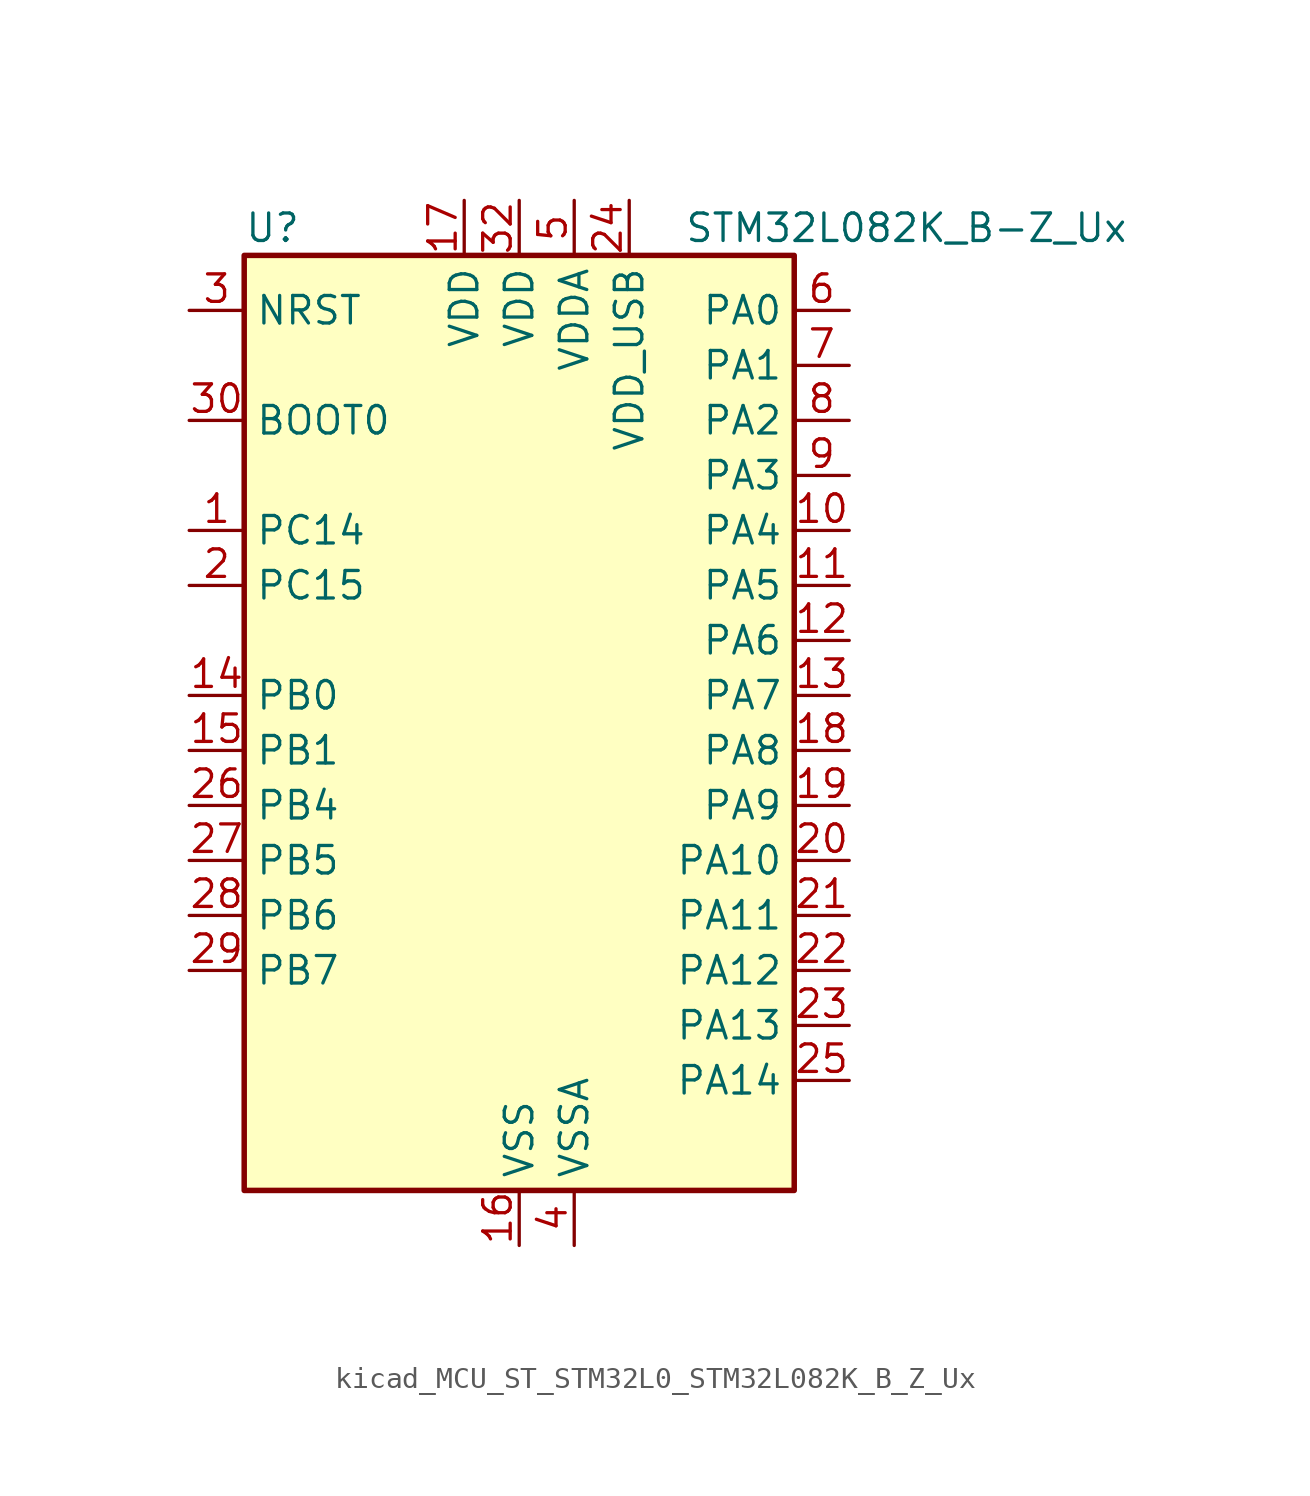
<source format=kicad_sym>
(kicad_symbol_lib
  (version 20220914)
  (generator kicad_symbol_editor)
  (symbol "kicad_MCU_ST_STM32L0_STM32L082K_B_Z_Ux"
    (property "Reference" "U"
      (at -12.7 24.13 0)
      (effects (font (size 1.27 1.27)) (justify left)))
    (property "Value" "STM32L082K_B-Z_Ux"
      (at 7.62 24.13 0)
      (effects (font (size 1.27 1.27)) (justify left)))
    (property "ki_locked" ""
      (at 0 0 0)
      (effects (font (size 1.27 1.27))))
    (symbol "kicad_MCU_ST_STM32L0_STM32L082K_B_Z_Ux_0_1"
      (rectangle (start -12.7 -20.32) (end 12.7 22.86) (stroke (width 0.254) (type default)) (fill (type background))))
    (symbol "kicad_MCU_ST_STM32L0_STM32L082K_B_Z_Ux_1_1"
      (pin bidirectional line (at -15.24 10.16 0) (length 2.54) (name "PC14" (effects (font (size 1.27 1.27)))) (number "1" (effects (font (size 1.27 1.27)))) (alternate "RCC_OSC32_IN" bidirectional line))
      (pin bidirectional line (at 15.24 10.16 180) (length 2.54) (name "PA4" (effects (font (size 1.27 1.27)))) (number "10" (effects (font (size 1.27 1.27)))) (alternate "ADC_IN4" bidirectional line) (alternate "COMP1_INM" bidirectional line) (alternate "COMP2_INM" bidirectional line) (alternate "DAC_OUT1" bidirectional line) (alternate "SPI1_NSS" bidirectional line) (alternate "TIM22_ETR" bidirectional line) (alternate "TSC_G2_IO1" bidirectional line) (alternate "USART2_CK" bidirectional line))
      (pin bidirectional line (at 15.24 7.62 180) (length 2.54) (name "PA5" (effects (font (size 1.27 1.27)))) (number "11" (effects (font (size 1.27 1.27)))) (alternate "ADC_IN5" bidirectional line) (alternate "COMP1_INM" bidirectional line) (alternate "COMP2_INM" bidirectional line) (alternate "DAC_OUT2" bidirectional line) (alternate "SPI1_SCK" bidirectional line) (alternate "TIM2_CH1" bidirectional line) (alternate "TIM2_ETR" bidirectional line) (alternate "TSC_G2_IO2" bidirectional line))
      (pin bidirectional line (at 15.24 5.08 180) (length 2.54) (name "PA6" (effects (font (size 1.27 1.27)))) (number "12" (effects (font (size 1.27 1.27)))) (alternate "ADC_IN6" bidirectional line) (alternate "COMP1_OUT" bidirectional line) (alternate "LPUART1_CTS" bidirectional line) (alternate "SPI1_MISO" bidirectional line) (alternate "TIM22_CH1" bidirectional line) (alternate "TIM3_CH1" bidirectional line) (alternate "TSC_G2_IO3" bidirectional line))
      (pin bidirectional line (at 15.24 2.54 180) (length 2.54) (name "PA7" (effects (font (size 1.27 1.27)))) (number "13" (effects (font (size 1.27 1.27)))) (alternate "ADC_IN7" bidirectional line) (alternate "COMP2_OUT" bidirectional line) (alternate "SPI1_MOSI" bidirectional line) (alternate "TIM22_CH2" bidirectional line) (alternate "TIM3_CH2" bidirectional line) (alternate "TSC_G2_IO4" bidirectional line))
      (pin bidirectional line (at -15.24 2.54 0) (length 2.54) (name "PB0" (effects (font (size 1.27 1.27)))) (number "14" (effects (font (size 1.27 1.27)))) (alternate "ADC_IN8" bidirectional line) (alternate "SYS_VREF_OUT_PB0" bidirectional line) (alternate "TIM3_CH3" bidirectional line) (alternate "TSC_G3_IO2" bidirectional line))
      (pin bidirectional line (at -15.24 0 0) (length 2.54) (name "PB1" (effects (font (size 1.27 1.27)))) (number "15" (effects (font (size 1.27 1.27)))) (alternate "ADC_IN9" bidirectional line) (alternate "LPUART1_DE" bidirectional line) (alternate "LPUART1_RTS" bidirectional line) (alternate "SYS_VREF_OUT_PB1" bidirectional line) (alternate "TIM3_CH4" bidirectional line) (alternate "TSC_G3_IO3" bidirectional line))
      (pin power_in line (at 0 -22.86 90) (length 2.54) (name "VSS" (effects (font (size 1.27 1.27)))) (number "16" (effects (font (size 1.27 1.27)))))
      (pin power_in line (at -2.54 25.4 270) (length 2.54) (name "VDD" (effects (font (size 1.27 1.27)))) (number "17" (effects (font (size 1.27 1.27)))))
      (pin bidirectional line (at 15.24 0 180) (length 2.54) (name "PA8" (effects (font (size 1.27 1.27)))) (number "18" (effects (font (size 1.27 1.27)))) (alternate "CRS_SYNC" bidirectional line) (alternate "I2C3_SCL" bidirectional line) (alternate "RCC_MCO" bidirectional line) (alternate "USART1_CK" bidirectional line))
      (pin bidirectional line (at 15.24 -2.54 180) (length 2.54) (name "PA9" (effects (font (size 1.27 1.27)))) (number "19" (effects (font (size 1.27 1.27)))) (alternate "DAC_EXTI9" bidirectional line) (alternate "I2C1_SCL" bidirectional line) (alternate "I2C3_SMBA" bidirectional line) (alternate "RCC_MCO" bidirectional line) (alternate "TSC_G4_IO1" bidirectional line) (alternate "USART1_TX" bidirectional line))
      (pin bidirectional line (at -15.24 7.62 0) (length 2.54) (name "PC15" (effects (font (size 1.27 1.27)))) (number "2" (effects (font (size 1.27 1.27)))) (alternate "RCC_OSC32_OUT" bidirectional line))
      (pin bidirectional line (at 15.24 -5.08 180) (length 2.54) (name "PA10" (effects (font (size 1.27 1.27)))) (number "20" (effects (font (size 1.27 1.27)))) (alternate "I2C1_SDA" bidirectional line) (alternate "TSC_G4_IO2" bidirectional line) (alternate "USART1_RX" bidirectional line))
      (pin bidirectional line (at 15.24 -7.62 180) (length 2.54) (name "PA11" (effects (font (size 1.27 1.27)))) (number "21" (effects (font (size 1.27 1.27)))) (alternate "ADC_EXTI11" bidirectional line) (alternate "COMP1_OUT" bidirectional line) (alternate "SPI1_MISO" bidirectional line) (alternate "TSC_G4_IO3" bidirectional line) (alternate "USART1_CTS" bidirectional line) (alternate "USB_DM" bidirectional line))
      (pin bidirectional line (at 15.24 -10.16 180) (length 2.54) (name "PA12" (effects (font (size 1.27 1.27)))) (number "22" (effects (font (size 1.27 1.27)))) (alternate "COMP2_OUT" bidirectional line) (alternate "SPI1_MOSI" bidirectional line) (alternate "TSC_G4_IO4" bidirectional line) (alternate "USART1_DE" bidirectional line) (alternate "USART1_RTS" bidirectional line) (alternate "USB_DP" bidirectional line))
      (pin bidirectional line (at 15.24 -12.7 180) (length 2.54) (name "PA13" (effects (font (size 1.27 1.27)))) (number "23" (effects (font (size 1.27 1.27)))) (alternate "LPUART1_RX" bidirectional line) (alternate "SYS_SWDIO" bidirectional line) (alternate "USB_NOE" bidirectional line))
      (pin power_in line (at 5.08 25.4 270) (length 2.54) (name "VDD_USB" (effects (font (size 1.27 1.27)))) (number "24" (effects (font (size 1.27 1.27)))))
      (pin bidirectional line (at 15.24 -15.24 180) (length 2.54) (name "PA14" (effects (font (size 1.27 1.27)))) (number "25" (effects (font (size 1.27 1.27)))) (alternate "LPUART1_TX" bidirectional line) (alternate "SYS_SWCLK" bidirectional line) (alternate "USART2_TX" bidirectional line))
      (pin bidirectional line (at -15.24 -2.54 0) (length 2.54) (name "PB4" (effects (font (size 1.27 1.27)))) (number "26" (effects (font (size 1.27 1.27)))) (alternate "COMP2_INP" bidirectional line) (alternate "I2C3_SDA" bidirectional line) (alternate "SPI1_MISO" bidirectional line) (alternate "TIM22_CH1" bidirectional line) (alternate "TIM3_CH1" bidirectional line) (alternate "TSC_G5_IO2" bidirectional line) (alternate "USART1_CTS" bidirectional line))
      (pin bidirectional line (at -15.24 -5.08 0) (length 2.54) (name "PB5" (effects (font (size 1.27 1.27)))) (number "27" (effects (font (size 1.27 1.27)))) (alternate "COMP2_INP" bidirectional line) (alternate "I2C1_SMBA" bidirectional line) (alternate "LPTIM1_IN1" bidirectional line) (alternate "SPI1_MOSI" bidirectional line) (alternate "TIM22_CH2" bidirectional line) (alternate "TIM3_CH2" bidirectional line) (alternate "USART1_CK" bidirectional line))
      (pin bidirectional line (at -15.24 -7.62 0) (length 2.54) (name "PB6" (effects (font (size 1.27 1.27)))) (number "28" (effects (font (size 1.27 1.27)))) (alternate "COMP2_INP" bidirectional line) (alternate "I2C1_SCL" bidirectional line) (alternate "LPTIM1_ETR" bidirectional line) (alternate "TSC_G5_IO3" bidirectional line) (alternate "USART1_TX" bidirectional line))
      (pin bidirectional line (at -15.24 -10.16 0) (length 2.54) (name "PB7" (effects (font (size 1.27 1.27)))) (number "29" (effects (font (size 1.27 1.27)))) (alternate "COMP2_INP" bidirectional line) (alternate "I2C1_SDA" bidirectional line) (alternate "LPTIM1_IN2" bidirectional line) (alternate "SYS_PVD_IN" bidirectional line) (alternate "TSC_G5_IO4" bidirectional line) (alternate "USART1_RX" bidirectional line) (alternate "USART4_CTS" bidirectional line))
      (pin input line (at -15.24 20.32 0) (length 2.54) (name "NRST" (effects (font (size 1.27 1.27)))) (number "3" (effects (font (size 1.27 1.27)))))
      (pin input line (at -15.24 15.24 0) (length 2.54) (name "BOOT0" (effects (font (size 1.27 1.27)))) (number "30" (effects (font (size 1.27 1.27)))))
      (pin passive line (at 0 -22.86 90) (length 2.54) hide (name "VSS" (effects (font (size 1.27 1.27)))) (number "31" (effects (font (size 1.27 1.27)))))
      (pin power_in line (at 0 25.4 270) (length 2.54) (name "VDD" (effects (font (size 1.27 1.27)))) (number "32" (effects (font (size 1.27 1.27)))))
      (pin passive line (at 0 -22.86 90) (length 2.54) hide (name "VSS" (effects (font (size 1.27 1.27)))) (number "33" (effects (font (size 1.27 1.27)))))
      (pin power_in line (at 2.54 -22.86 90) (length 2.54) (name "VSSA" (effects (font (size 1.27 1.27)))) (number "4" (effects (font (size 1.27 1.27)))))
      (pin power_in line (at 2.54 25.4 270) (length 2.54) (name "VDDA" (effects (font (size 1.27 1.27)))) (number "5" (effects (font (size 1.27 1.27)))))
      (pin bidirectional line (at 15.24 20.32 180) (length 2.54) (name "PA0" (effects (font (size 1.27 1.27)))) (number "6" (effects (font (size 1.27 1.27)))) (alternate "ADC_IN0" bidirectional line) (alternate "COMP1_INM" bidirectional line) (alternate "COMP1_OUT" bidirectional line) (alternate "RTC_TAMP2" bidirectional line) (alternate "SYS_WKUP1" bidirectional line) (alternate "TIM2_CH1" bidirectional line) (alternate "TIM2_ETR" bidirectional line) (alternate "TSC_G1_IO1" bidirectional line) (alternate "USART2_CTS" bidirectional line) (alternate "USART4_TX" bidirectional line))
      (pin bidirectional line (at 15.24 17.78 180) (length 2.54) (name "PA1" (effects (font (size 1.27 1.27)))) (number "7" (effects (font (size 1.27 1.27)))) (alternate "ADC_IN1" bidirectional line) (alternate "COMP1_INP" bidirectional line) (alternate "TIM21_ETR" bidirectional line) (alternate "TIM2_CH2" bidirectional line) (alternate "TSC_G1_IO2" bidirectional line) (alternate "USART2_DE" bidirectional line) (alternate "USART2_RTS" bidirectional line) (alternate "USART4_RX" bidirectional line))
      (pin bidirectional line (at 15.24 15.24 180) (length 2.54) (name "PA2" (effects (font (size 1.27 1.27)))) (number "8" (effects (font (size 1.27 1.27)))) (alternate "ADC_IN2" bidirectional line) (alternate "COMP2_INM" bidirectional line) (alternate "COMP2_OUT" bidirectional line) (alternate "LPUART1_TX" bidirectional line) (alternate "TIM21_CH1" bidirectional line) (alternate "TIM2_CH3" bidirectional line) (alternate "TSC_G1_IO3" bidirectional line) (alternate "USART2_TX" bidirectional line))
      (pin bidirectional line (at 15.24 12.7 180) (length 2.54) (name "PA3" (effects (font (size 1.27 1.27)))) (number "9" (effects (font (size 1.27 1.27)))) (alternate "ADC_IN3" bidirectional line) (alternate "COMP2_INP" bidirectional line) (alternate "LPUART1_RX" bidirectional line) (alternate "TIM21_CH2" bidirectional line) (alternate "TIM2_CH4" bidirectional line) (alternate "TSC_G1_IO4" bidirectional line) (alternate "USART2_RX" bidirectional line)))))
</source>
